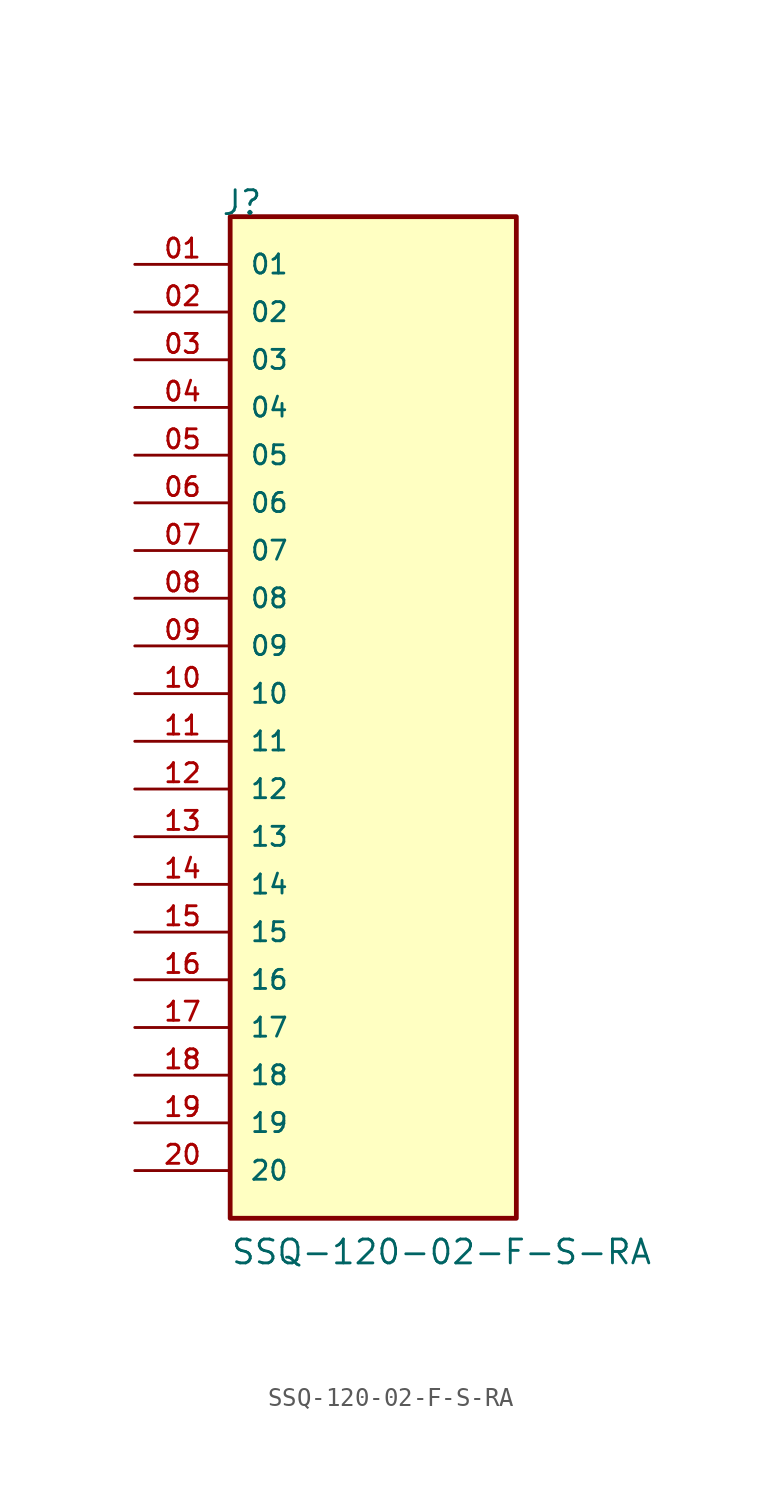
<source format=kicad_sym>
(kicad_symbol_lib
  (version 20211014)
  (generator kicad_symbol_editor)
  (symbol "SSQ-120-02-F-S-RA"
    (pin_names
      (offset 1.016))
    (property "Reference" "J"
      (at -8.12 27.94 0)
      (effects (font (size 1.27 1.27)) (justify bottom left)))
    (property "Value" "SSQ-120-02-F-S-RA"
      (at -7.62 -27.94 0)
      (effects (font (size 1.27 1.27)) (justify bottom left)))
    (symbol "SSQ-120-02-F-S-RA_0_0"
      (rectangle (start -7.62 -25.4) (end 7.62 27.94) (stroke (width 0.254)) (fill (type background)))
      (pin passive line (at -12.7 25.4 0) (length 5.08) (name "01" (effects (font (size 1.016 1.016)))) (number "01" (effects (font (size 1.016 1.016)))))
      (pin passive line (at -12.7 22.86 0) (length 5.08) (name "02" (effects (font (size 1.016 1.016)))) (number "02" (effects (font (size 1.016 1.016)))))
      (pin passive line (at -12.7 20.32 0) (length 5.08) (name "03" (effects (font (size 1.016 1.016)))) (number "03" (effects (font (size 1.016 1.016)))))
      (pin passive line (at -12.7 17.78 0) (length 5.08) (name "04" (effects (font (size 1.016 1.016)))) (number "04" (effects (font (size 1.016 1.016)))))
      (pin passive line (at -12.7 15.24 0) (length 5.08) (name "05" (effects (font (size 1.016 1.016)))) (number "05" (effects (font (size 1.016 1.016)))))
      (pin passive line (at -12.7 12.7 0) (length 5.08) (name "06" (effects (font (size 1.016 1.016)))) (number "06" (effects (font (size 1.016 1.016)))))
      (pin passive line (at -12.7 10.16 0) (length 5.08) (name "07" (effects (font (size 1.016 1.016)))) (number "07" (effects (font (size 1.016 1.016)))))
      (pin passive line (at -12.7 7.62 0) (length 5.08) (name "08" (effects (font (size 1.016 1.016)))) (number "08" (effects (font (size 1.016 1.016)))))
      (pin passive line (at -12.7 5.08 0) (length 5.08) (name "09" (effects (font (size 1.016 1.016)))) (number "09" (effects (font (size 1.016 1.016)))))
      (pin passive line (at -12.7 2.54 0) (length 5.08) (name "10" (effects (font (size 1.016 1.016)))) (number "10" (effects (font (size 1.016 1.016)))))
      (pin passive line (at -12.7 0.0 0) (length 5.08) (name "11" (effects (font (size 1.016 1.016)))) (number "11" (effects (font (size 1.016 1.016)))))
      (pin passive line (at -12.7 -2.54 0) (length 5.08) (name "12" (effects (font (size 1.016 1.016)))) (number "12" (effects (font (size 1.016 1.016)))))
      (pin passive line (at -12.7 -5.08 0) (length 5.08) (name "13" (effects (font (size 1.016 1.016)))) (number "13" (effects (font (size 1.016 1.016)))))
      (pin passive line (at -12.7 -7.62 0) (length 5.08) (name "14" (effects (font (size 1.016 1.016)))) (number "14" (effects (font (size 1.016 1.016)))))
      (pin passive line (at -12.7 -10.16 0) (length 5.08) (name "15" (effects (font (size 1.016 1.016)))) (number "15" (effects (font (size 1.016 1.016)))))
      (pin passive line (at -12.7 -12.7 0) (length 5.08) (name "16" (effects (font (size 1.016 1.016)))) (number "16" (effects (font (size 1.016 1.016)))))
      (pin passive line (at -12.7 -15.24 0) (length 5.08) (name "17" (effects (font (size 1.016 1.016)))) (number "17" (effects (font (size 1.016 1.016)))))
      (pin passive line (at -12.7 -17.78 0) (length 5.08) (name "18" (effects (font (size 1.016 1.016)))) (number "18" (effects (font (size 1.016 1.016)))))
      (pin passive line (at -12.7 -20.32 0) (length 5.08) (name "19" (effects (font (size 1.016 1.016)))) (number "19" (effects (font (size 1.016 1.016)))))
      (pin passive line (at -12.7 -22.86 0) (length 5.08) (name "20" (effects (font (size 1.016 1.016)))) (number "20" (effects (font (size 1.016 1.016))))))))
</source>
